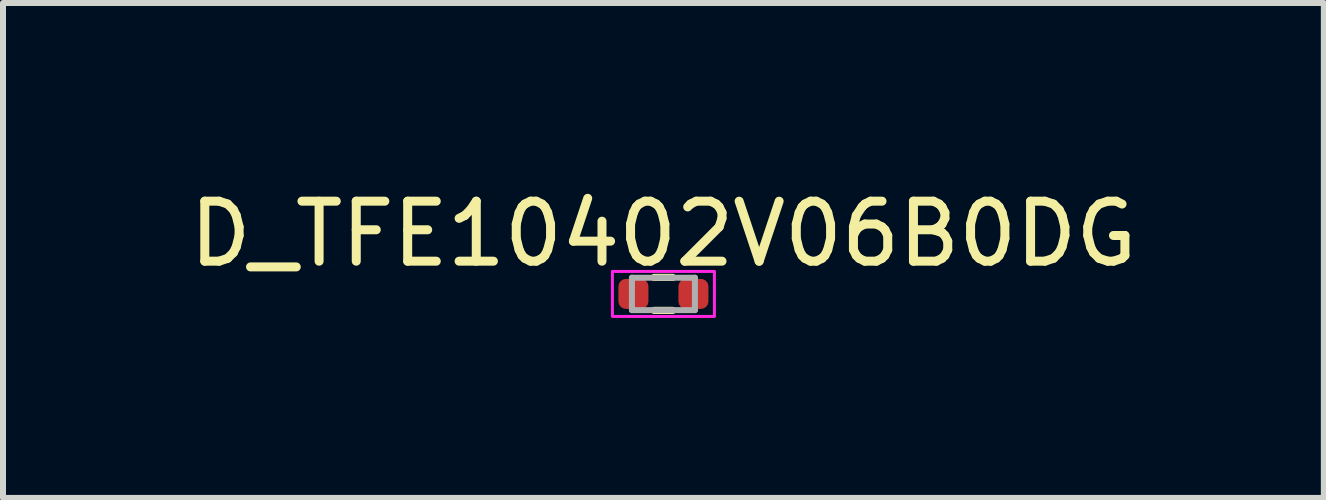
<source format=kicad_pcb>
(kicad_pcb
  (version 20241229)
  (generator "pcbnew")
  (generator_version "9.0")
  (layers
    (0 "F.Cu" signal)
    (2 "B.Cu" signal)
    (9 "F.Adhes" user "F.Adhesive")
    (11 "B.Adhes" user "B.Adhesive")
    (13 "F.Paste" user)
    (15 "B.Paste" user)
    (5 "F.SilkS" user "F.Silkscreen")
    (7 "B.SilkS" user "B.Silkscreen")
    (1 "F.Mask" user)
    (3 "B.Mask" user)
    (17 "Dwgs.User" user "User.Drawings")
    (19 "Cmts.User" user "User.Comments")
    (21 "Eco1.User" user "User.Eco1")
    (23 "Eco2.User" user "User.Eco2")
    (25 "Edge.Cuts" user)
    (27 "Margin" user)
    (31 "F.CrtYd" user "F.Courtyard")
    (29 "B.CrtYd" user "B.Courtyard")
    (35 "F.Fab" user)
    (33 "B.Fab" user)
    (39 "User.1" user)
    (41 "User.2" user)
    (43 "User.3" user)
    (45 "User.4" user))
  (footprint "D_TFE10402V06B0DG"
    (layer "F.Cu")
    (at 8.006 1.848)
    (property "Reference" "D_TFE10402V06B0DG" (at 0 -1 0) (layer "F.SilkS") (effects (font (size 1 1) (thickness 0.15))))
    (attr smd)
    (fp_line (start -0.154 -0.275) (end 0.154 -0.275) (stroke (width 0.12) (type solid)) (layer "F.SilkS"))
    (fp_line (start -0.154 0.275) (end 0.154 0.275) (stroke (width 0.12) (type solid)) (layer "F.SilkS"))
    (fp_rect (start -0.85 -0.375) (end 0.85 0.375) (stroke (width 0.05) (type default)) (fill no) (layer "F.CrtYd"))
    (fp_line (start -0.525 -0.27) (end 0.525 -0.27) (stroke (width 0.1) (type solid)) (layer "F.Fab"))
    (fp_line (start -0.525 0.27) (end -0.525 -0.27) (stroke (width 0.1) (type solid)) (layer "F.Fab"))
    (fp_line (start 0.525 -0.27) (end 0.525 0.27) (stroke (width 0.1) (type solid)) (layer "F.Fab"))
    (fp_line (start 0.525 0.27) (end -0.525 0.27) (stroke (width 0.1) (type solid)) (layer "F.Fab"))
    (pad "1" smd roundrect (at -0.5 0) (size 0.5 0.5) (layers "F.Cu" "F.Mask" "F.Paste") (roundrect_rratio 0.25))
    (pad "2" smd roundrect (at 0.5 0) (size 0.5 0.5) (layers "F.Cu" "F.Mask" "F.Paste") (roundrect_rratio 0.25)))
  (gr_rect
    (start -3 -3)
    (end 19.012 5.248)
    (stroke (width 0.1) (type default))
    (fill no)
    (layer "Edge.Cuts")))
</source>
